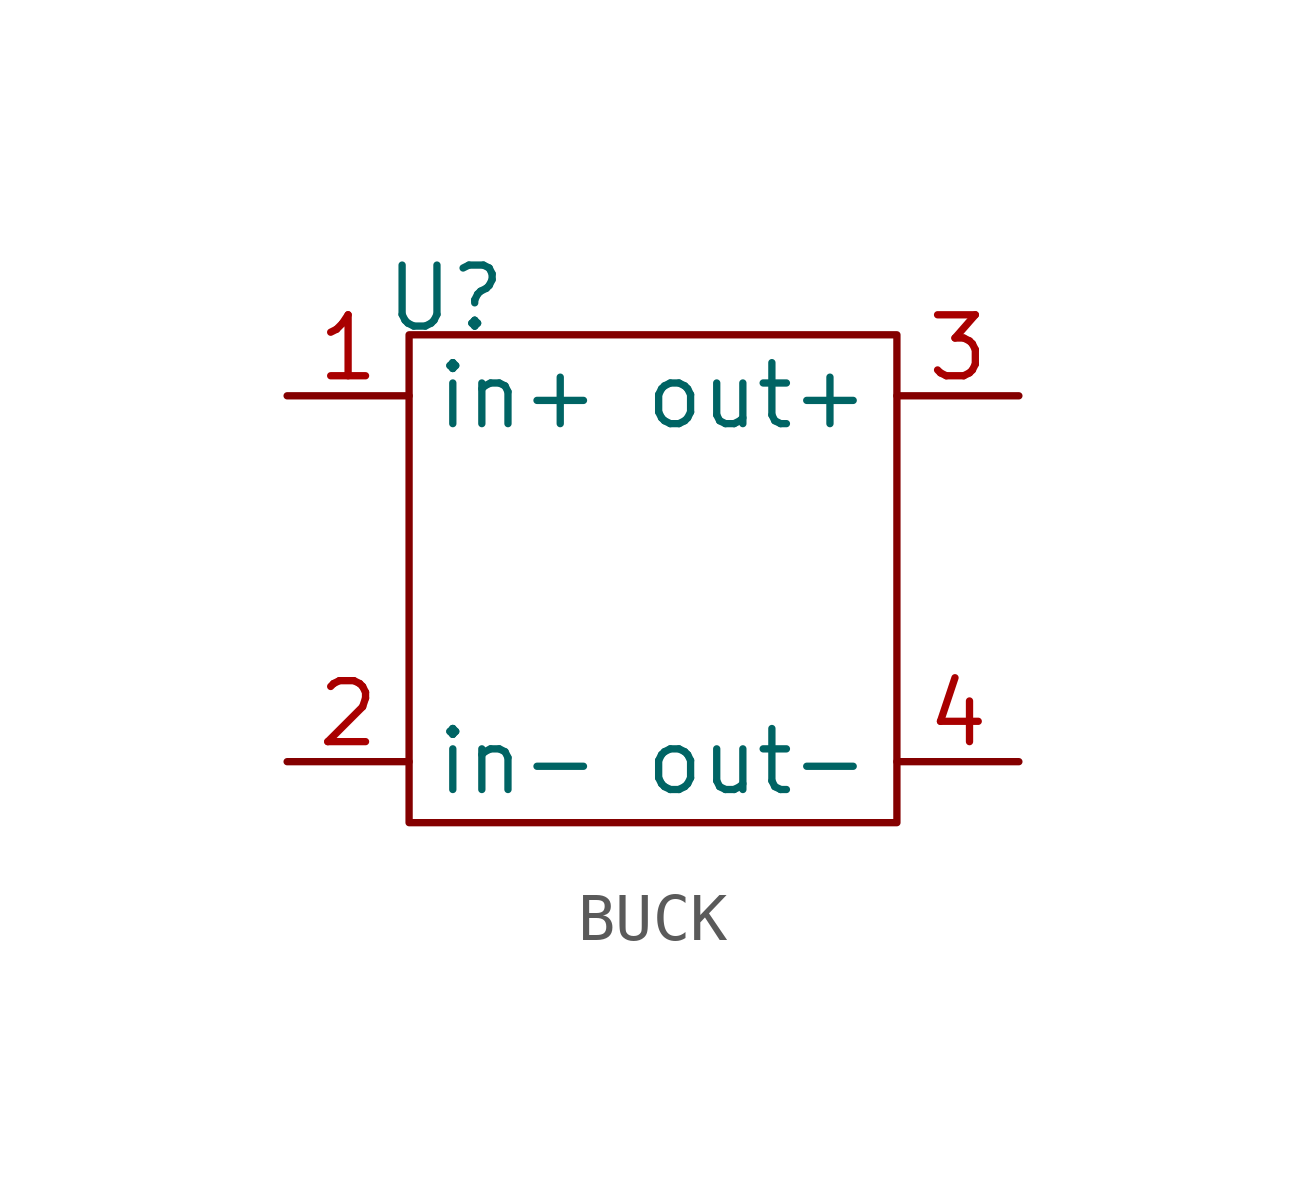
<source format=kicad_sym>
(kicad_symbol_lib
  (version 20231120)
  (generator "kicad_symbol_editor")
  (generator_version "8.0")
  (symbol "BUCK"
    (property "Reference" "U"
      (at -4.318 5.842 0)
      (effects (font (size 1.27 1.27))))
    (property "Value" ""
      (at 0 0 0)
      (effects (font (size 1.27 1.27))))
    (symbol "BUCK_0_1"
      (rectangle (start -5.08 5.08) (end 5.08 -5.08) (stroke (width 0) (type default)) (fill (type none))))
    (symbol "BUCK_1_1"
      (pin input line (at -7.62 3.81 0) (length 2.54) (name "in+" (effects (font (size 1.27 1.27)))) (number "1" (effects (font (size 1.27 1.27)))))
      (pin input line (at -7.62 -3.81 0) (length 2.54) (name "in-" (effects (font (size 1.27 1.27)))) (number "2" (effects (font (size 1.27 1.27)))))
      (pin output line (at 7.62 3.81 180) (length 2.54) (name "out+" (effects (font (size 1.27 1.27)))) (number "3" (effects (font (size 1.27 1.27)))))
      (pin output line (at 7.62 -3.81 180) (length 2.54) (name "out-" (effects (font (size 1.27 1.27)))) (number "4" (effects (font (size 1.27 1.27))))))))
</source>
